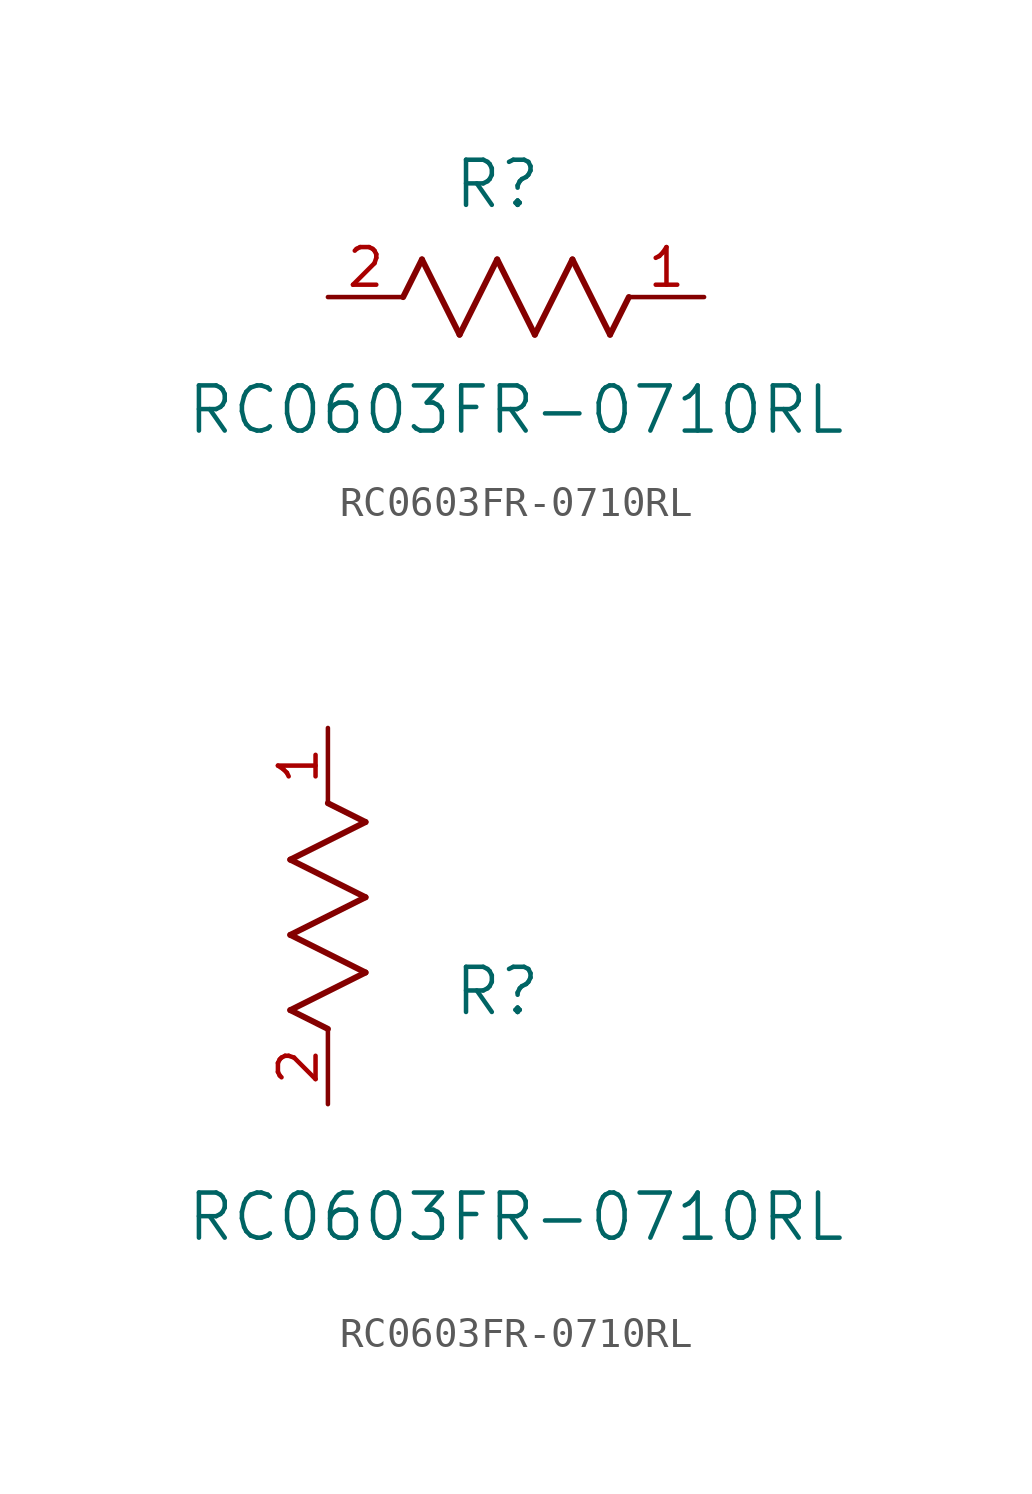
<source format=kicad_sym>
(kicad_symbol_lib
  (version 20211014)
  (generator kicad_symbol_editor)
  (symbol "RC0603FR-0710RL"
    (pin_names
      (offset 0.254))
    (property "Reference" "R"
      (at 5.715 3.81 0)
      (effects (font (size 1.524 1.524))))
    (property "Value" "RC0603FR-0710RL"
      (at 6.35 -3.81 0)
      (effects (font (size 1.524 1.524))))
    (symbol "RC0603FR-0710RL_1_1"
      (polyline (pts (xy 3.175 1.27) (xy 4.445 -1.27)) (stroke (width 0.203) (type default) (color 0 0 0 0)) (fill (type none)))
      (polyline (pts (xy 4.445 -1.27) (xy 5.715 1.27)) (stroke (width 0.203) (type default) (color 0 0 0 0)) (fill (type none)))
      (polyline (pts (xy 5.715 1.27) (xy 6.985 -1.27)) (stroke (width 0.203) (type default) (color 0 0 0 0)) (fill (type none)))
      (polyline (pts (xy 6.985 -1.27) (xy 8.255 1.27)) (stroke (width 0.203) (type default) (color 0 0 0 0)) (fill (type none)))
      (polyline (pts (xy 8.255 1.27) (xy 9.525 -1.27)) (stroke (width 0.203) (type default) (color 0 0 0 0)) (fill (type none)))
      (polyline (pts (xy 2.54 0) (xy 3.175 1.27)) (stroke (width 0.203) (type default) (color 0 0 0 0)) (fill (type none)))
      (polyline (pts (xy 9.525 -1.27) (xy 10.16 0)) (stroke (width 0.203) (type default) (color 0 0 0 0)) (fill (type none)))
      (pin unspecified line (at 12.7 0 180) (length 2.54) (name "" (effects (font (size 1.27 1.27)))) (number "1" (effects (font (size 1.27 1.27)))))
      (pin unspecified line (at 0 0 0) (length 2.54) (name "" (effects (font (size 1.27 1.27)))) (number "2" (effects (font (size 1.27 1.27))))))
    (symbol "RC0603FR-0710RL_1_2"
      (polyline (pts (xy 0 2.54) (xy -1.27 3.175)) (stroke (width 0.203) (type default) (color 0 0 0 0)) (fill (type none)))
      (polyline (pts (xy -1.27 3.175) (xy 1.27 4.445)) (stroke (width 0.203) (type default) (color 0 0 0 0)) (fill (type none)))
      (polyline (pts (xy 1.27 4.445) (xy -1.27 5.715)) (stroke (width 0.203) (type default) (color 0 0 0 0)) (fill (type none)))
      (polyline (pts (xy -1.27 5.715) (xy 1.27 6.985)) (stroke (width 0.203) (type default) (color 0 0 0 0)) (fill (type none)))
      (polyline (pts (xy -1.27 8.255) (xy 1.27 9.525)) (stroke (width 0.203) (type default) (color 0 0 0 0)) (fill (type none)))
      (polyline (pts (xy 1.27 9.525) (xy 0 10.16)) (stroke (width 0.203) (type default) (color 0 0 0 0)) (fill (type none)))
      (polyline (pts (xy 1.27 6.985) (xy -1.27 8.255)) (stroke (width 0.203) (type default) (color 0 0 0 0)) (fill (type none)))
      (pin unspecified line (at 0 12.7 270) (length 2.54) (name "" (effects (font (size 1.27 1.27)))) (number "1" (effects (font (size 1.27 1.27)))))
      (pin unspecified line (at 0 0 90) (length 2.54) (name "" (effects (font (size 1.27 1.27)))) (number "2" (effects (font (size 1.27 1.27))))))))
</source>
